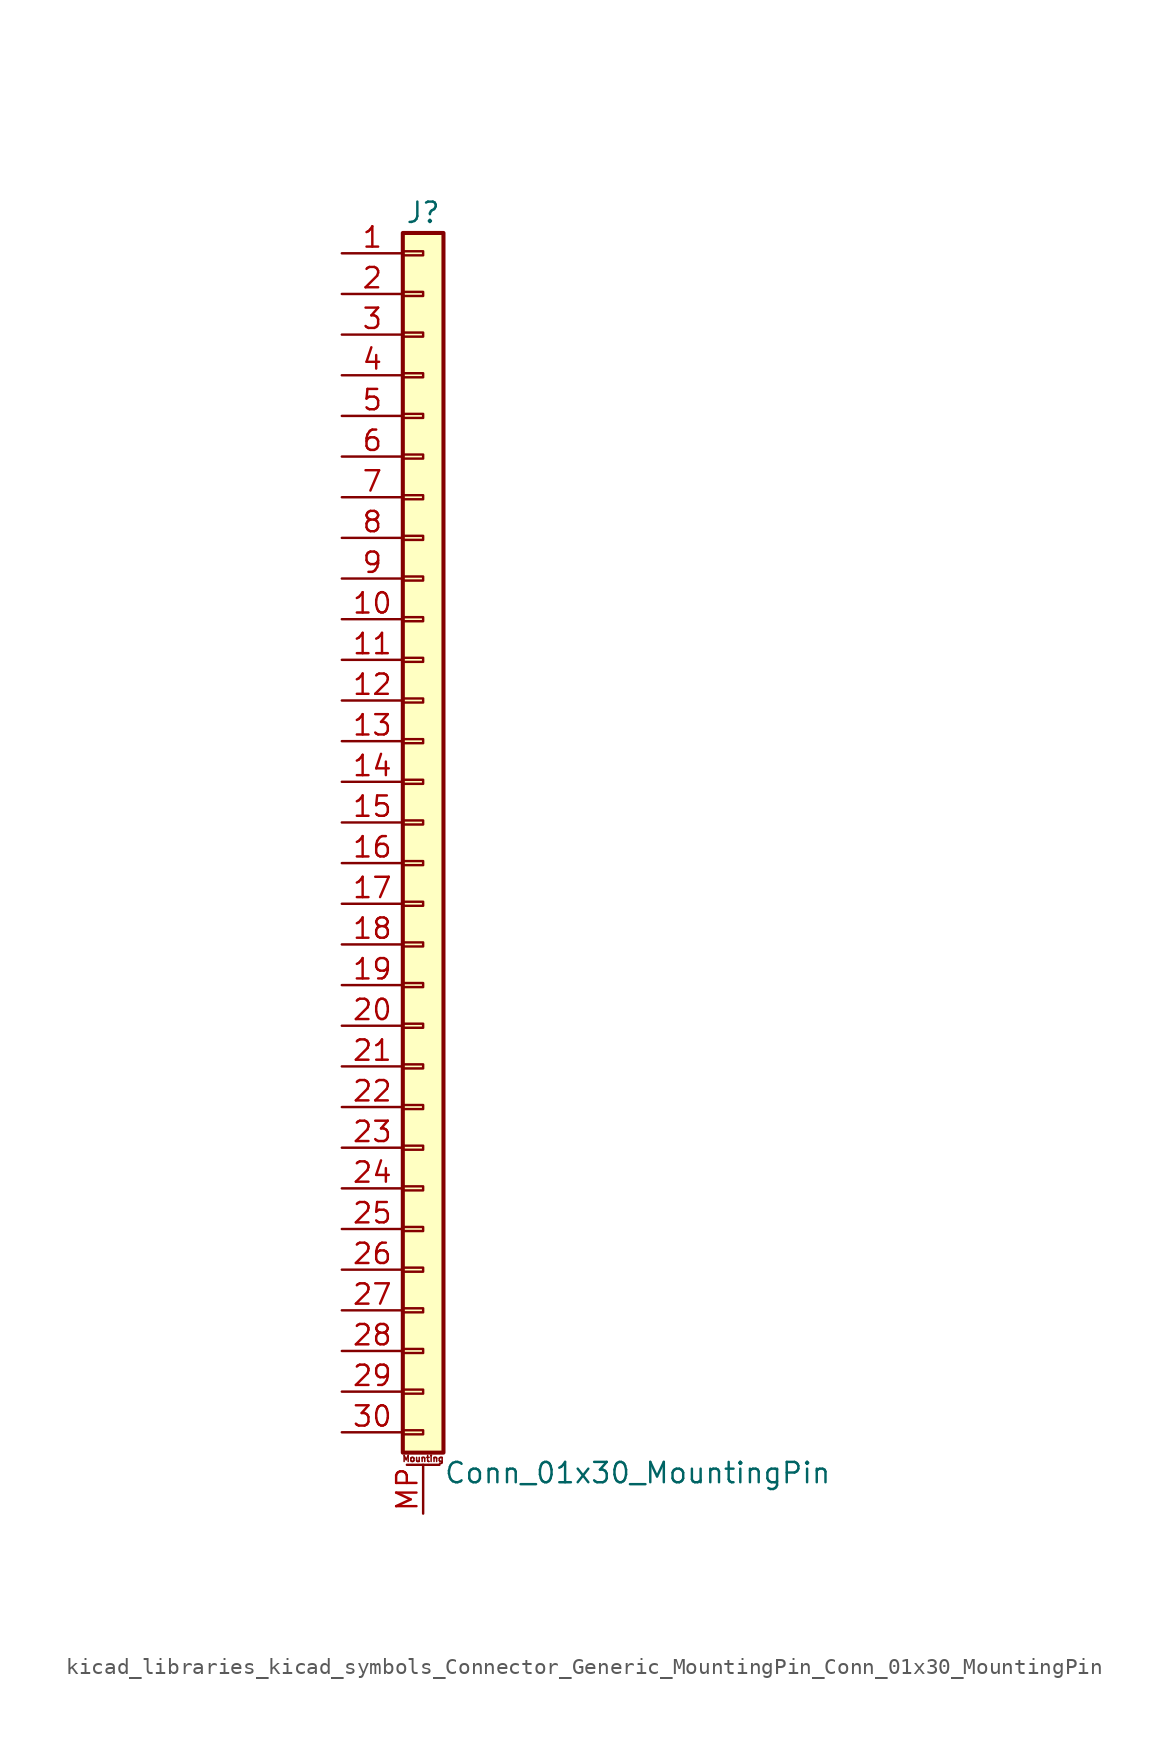
<source format=kicad_sym>
(kicad_symbol_lib
  (version 20220914)
  (generator kicad_symbol_editor)
  (symbol "kicad_libraries_kicad_symbols_Connector_Generic_MountingPin_Conn_01x30_MountingPin"
    (pin_names
      (offset 1.016) hide)
    (property "Reference" "J"
      (at 0 38.1 0)
      (effects (font (size 1.27 1.27))))
    (property "Value" "Conn_01x30_MountingPin"
      (at 1.27 -40.64 0)
      (effects (font (size 1.27 1.27)) (justify left)))
    (symbol "kicad_libraries_kicad_symbols_Connector_Generic_MountingPin_Conn_01x30_MountingPin_1_1"
      (rectangle (start -1.27 -37.973) (end 0 -38.227) (stroke (width 0.152) (type default)) (fill (type none)))
      (rectangle (start -1.27 -35.433) (end 0 -35.687) (stroke (width 0.152) (type default)) (fill (type none)))
      (rectangle (start -1.27 -32.893) (end 0 -33.147) (stroke (width 0.152) (type default)) (fill (type none)))
      (rectangle (start -1.27 -30.353) (end 0 -30.607) (stroke (width 0.152) (type default)) (fill (type none)))
      (rectangle (start -1.27 -27.813) (end 0 -28.067) (stroke (width 0.152) (type default)) (fill (type none)))
      (rectangle (start -1.27 -25.273) (end 0 -25.527) (stroke (width 0.152) (type default)) (fill (type none)))
      (rectangle (start -1.27 -22.733) (end 0 -22.987) (stroke (width 0.152) (type default)) (fill (type none)))
      (rectangle (start -1.27 -20.193) (end 0 -20.447) (stroke (width 0.152) (type default)) (fill (type none)))
      (rectangle (start -1.27 -17.653) (end 0 -17.907) (stroke (width 0.152) (type default)) (fill (type none)))
      (rectangle (start -1.27 -15.113) (end 0 -15.367) (stroke (width 0.152) (type default)) (fill (type none)))
      (rectangle (start -1.27 -12.573) (end 0 -12.827) (stroke (width 0.152) (type default)) (fill (type none)))
      (rectangle (start -1.27 -10.033) (end 0 -10.287) (stroke (width 0.152) (type default)) (fill (type none)))
      (rectangle (start -1.27 -7.493) (end 0 -7.747) (stroke (width 0.152) (type default)) (fill (type none)))
      (rectangle (start -1.27 -4.953) (end 0 -5.207) (stroke (width 0.152) (type default)) (fill (type none)))
      (rectangle (start -1.27 -2.413) (end 0 -2.667) (stroke (width 0.152) (type default)) (fill (type none)))
      (rectangle (start -1.27 0.127) (end 0 -0.127) (stroke (width 0.152) (type default)) (fill (type none)))
      (rectangle (start -1.27 2.667) (end 0 2.413) (stroke (width 0.152) (type default)) (fill (type none)))
      (rectangle (start -1.27 5.207) (end 0 4.953) (stroke (width 0.152) (type default)) (fill (type none)))
      (rectangle (start -1.27 7.747) (end 0 7.493) (stroke (width 0.152) (type default)) (fill (type none)))
      (rectangle (start -1.27 10.287) (end 0 10.033) (stroke (width 0.152) (type default)) (fill (type none)))
      (rectangle (start -1.27 12.827) (end 0 12.573) (stroke (width 0.152) (type default)) (fill (type none)))
      (rectangle (start -1.27 15.367) (end 0 15.113) (stroke (width 0.152) (type default)) (fill (type none)))
      (rectangle (start -1.27 17.907) (end 0 17.653) (stroke (width 0.152) (type default)) (fill (type none)))
      (rectangle (start -1.27 20.447) (end 0 20.193) (stroke (width 0.152) (type default)) (fill (type none)))
      (rectangle (start -1.27 22.987) (end 0 22.733) (stroke (width 0.152) (type default)) (fill (type none)))
      (rectangle (start -1.27 25.527) (end 0 25.273) (stroke (width 0.152) (type default)) (fill (type none)))
      (rectangle (start -1.27 28.067) (end 0 27.813) (stroke (width 0.152) (type default)) (fill (type none)))
      (rectangle (start -1.27 30.607) (end 0 30.353) (stroke (width 0.152) (type default)) (fill (type none)))
      (rectangle (start -1.27 33.147) (end 0 32.893) (stroke (width 0.152) (type default)) (fill (type none)))
      (rectangle (start -1.27 35.687) (end 0 35.433) (stroke (width 0.152) (type default)) (fill (type none)))
      (rectangle (start -1.27 36.83) (end 1.27 -39.37) (stroke (width 0.254) (type default)) (fill (type background)))
      (polyline (pts (xy -1.016 -40.132) (xy 1.016 -40.132)) (stroke (width 0.152) (type default)) (fill (type none)))
      (text "Mounting" (at 0 -39.751 0) (effects (font (size 0.381 0.381))))
      (pin passive line (at -5.08 35.56 0) (length 3.81) (name "Pin_1" (effects (font (size 1.27 1.27)))) (number "1" (effects (font (size 1.27 1.27)))))
      (pin passive line (at -5.08 12.7 0) (length 3.81) (name "Pin_10" (effects (font (size 1.27 1.27)))) (number "10" (effects (font (size 1.27 1.27)))))
      (pin passive line (at -5.08 10.16 0) (length 3.81) (name "Pin_11" (effects (font (size 1.27 1.27)))) (number "11" (effects (font (size 1.27 1.27)))))
      (pin passive line (at -5.08 7.62 0) (length 3.81) (name "Pin_12" (effects (font (size 1.27 1.27)))) (number "12" (effects (font (size 1.27 1.27)))))
      (pin passive line (at -5.08 5.08 0) (length 3.81) (name "Pin_13" (effects (font (size 1.27 1.27)))) (number "13" (effects (font (size 1.27 1.27)))))
      (pin passive line (at -5.08 2.54 0) (length 3.81) (name "Pin_14" (effects (font (size 1.27 1.27)))) (number "14" (effects (font (size 1.27 1.27)))))
      (pin passive line (at -5.08 0 0) (length 3.81) (name "Pin_15" (effects (font (size 1.27 1.27)))) (number "15" (effects (font (size 1.27 1.27)))))
      (pin passive line (at -5.08 -2.54 0) (length 3.81) (name "Pin_16" (effects (font (size 1.27 1.27)))) (number "16" (effects (font (size 1.27 1.27)))))
      (pin passive line (at -5.08 -5.08 0) (length 3.81) (name "Pin_17" (effects (font (size 1.27 1.27)))) (number "17" (effects (font (size 1.27 1.27)))))
      (pin passive line (at -5.08 -7.62 0) (length 3.81) (name "Pin_18" (effects (font (size 1.27 1.27)))) (number "18" (effects (font (size 1.27 1.27)))))
      (pin passive line (at -5.08 -10.16 0) (length 3.81) (name "Pin_19" (effects (font (size 1.27 1.27)))) (number "19" (effects (font (size 1.27 1.27)))))
      (pin passive line (at -5.08 33.02 0) (length 3.81) (name "Pin_2" (effects (font (size 1.27 1.27)))) (number "2" (effects (font (size 1.27 1.27)))))
      (pin passive line (at -5.08 -12.7 0) (length 3.81) (name "Pin_20" (effects (font (size 1.27 1.27)))) (number "20" (effects (font (size 1.27 1.27)))))
      (pin passive line (at -5.08 -15.24 0) (length 3.81) (name "Pin_21" (effects (font (size 1.27 1.27)))) (number "21" (effects (font (size 1.27 1.27)))))
      (pin passive line (at -5.08 -17.78 0) (length 3.81) (name "Pin_22" (effects (font (size 1.27 1.27)))) (number "22" (effects (font (size 1.27 1.27)))))
      (pin passive line (at -5.08 -20.32 0) (length 3.81) (name "Pin_23" (effects (font (size 1.27 1.27)))) (number "23" (effects (font (size 1.27 1.27)))))
      (pin passive line (at -5.08 -22.86 0) (length 3.81) (name "Pin_24" (effects (font (size 1.27 1.27)))) (number "24" (effects (font (size 1.27 1.27)))))
      (pin passive line (at -5.08 -25.4 0) (length 3.81) (name "Pin_25" (effects (font (size 1.27 1.27)))) (number "25" (effects (font (size 1.27 1.27)))))
      (pin passive line (at -5.08 -27.94 0) (length 3.81) (name "Pin_26" (effects (font (size 1.27 1.27)))) (number "26" (effects (font (size 1.27 1.27)))))
      (pin passive line (at -5.08 -30.48 0) (length 3.81) (name "Pin_27" (effects (font (size 1.27 1.27)))) (number "27" (effects (font (size 1.27 1.27)))))
      (pin passive line (at -5.08 -33.02 0) (length 3.81) (name "Pin_28" (effects (font (size 1.27 1.27)))) (number "28" (effects (font (size 1.27 1.27)))))
      (pin passive line (at -5.08 -35.56 0) (length 3.81) (name "Pin_29" (effects (font (size 1.27 1.27)))) (number "29" (effects (font (size 1.27 1.27)))))
      (pin passive line (at -5.08 30.48 0) (length 3.81) (name "Pin_3" (effects (font (size 1.27 1.27)))) (number "3" (effects (font (size 1.27 1.27)))))
      (pin passive line (at -5.08 -38.1 0) (length 3.81) (name "Pin_30" (effects (font (size 1.27 1.27)))) (number "30" (effects (font (size 1.27 1.27)))))
      (pin passive line (at -5.08 27.94 0) (length 3.81) (name "Pin_4" (effects (font (size 1.27 1.27)))) (number "4" (effects (font (size 1.27 1.27)))))
      (pin passive line (at -5.08 25.4 0) (length 3.81) (name "Pin_5" (effects (font (size 1.27 1.27)))) (number "5" (effects (font (size 1.27 1.27)))))
      (pin passive line (at -5.08 22.86 0) (length 3.81) (name "Pin_6" (effects (font (size 1.27 1.27)))) (number "6" (effects (font (size 1.27 1.27)))))
      (pin passive line (at -5.08 20.32 0) (length 3.81) (name "Pin_7" (effects (font (size 1.27 1.27)))) (number "7" (effects (font (size 1.27 1.27)))))
      (pin passive line (at -5.08 17.78 0) (length 3.81) (name "Pin_8" (effects (font (size 1.27 1.27)))) (number "8" (effects (font (size 1.27 1.27)))))
      (pin passive line (at -5.08 15.24 0) (length 3.81) (name "Pin_9" (effects (font (size 1.27 1.27)))) (number "9" (effects (font (size 1.27 1.27)))))
      (pin passive line (at 0 -43.18 90) (length 3.048) (name "MountPin" (effects (font (size 1.27 1.27)))) (number "MP" (effects (font (size 1.27 1.27))))))))
</source>
